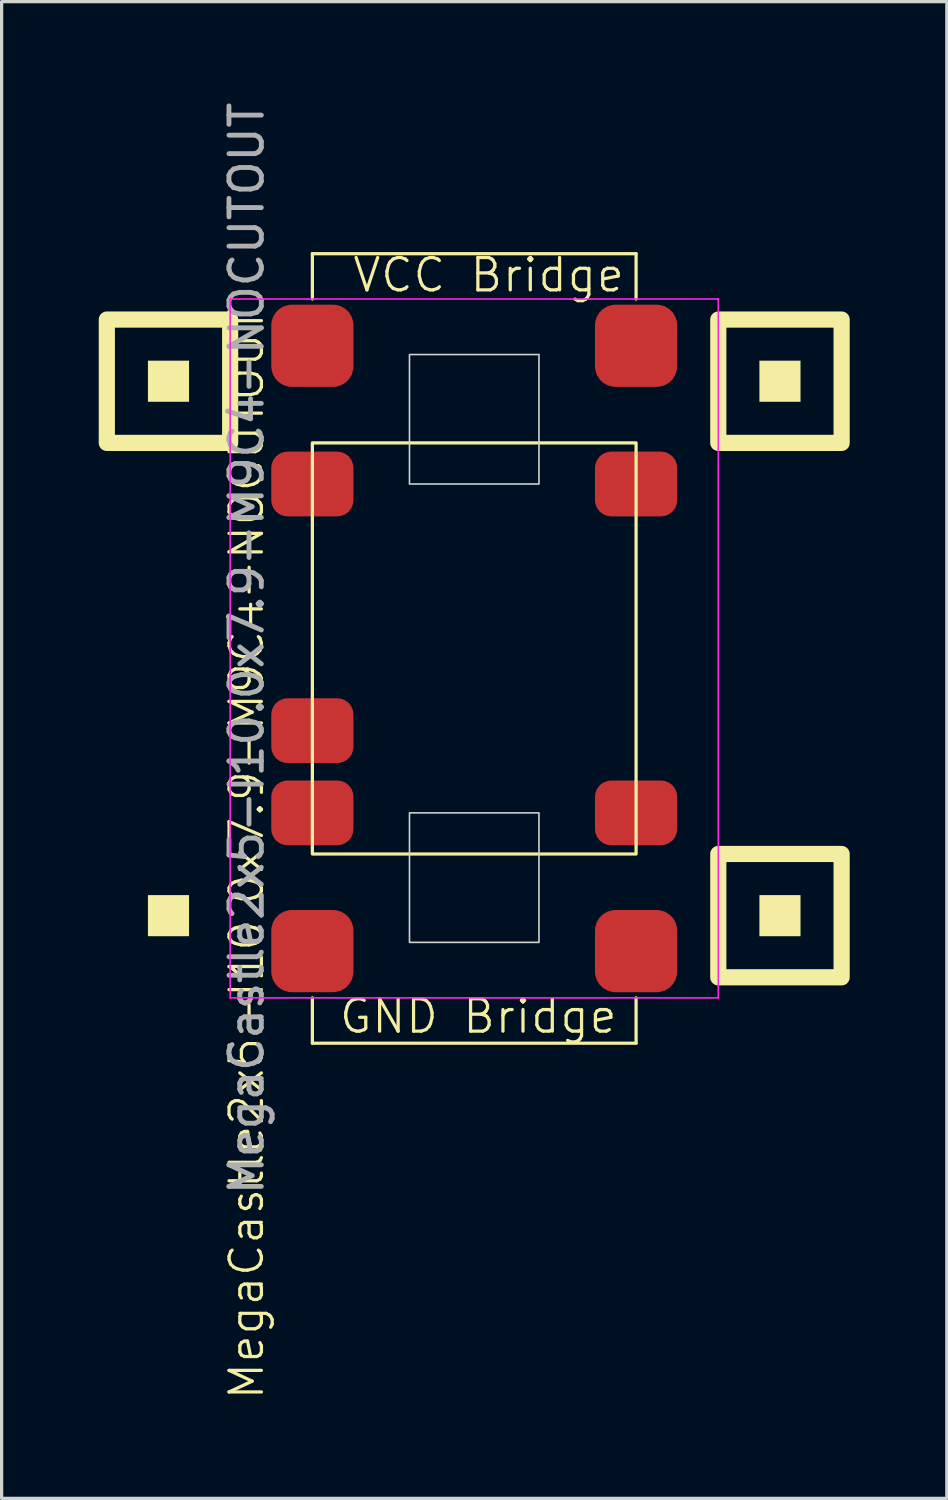
<source format=kicad_pcb>
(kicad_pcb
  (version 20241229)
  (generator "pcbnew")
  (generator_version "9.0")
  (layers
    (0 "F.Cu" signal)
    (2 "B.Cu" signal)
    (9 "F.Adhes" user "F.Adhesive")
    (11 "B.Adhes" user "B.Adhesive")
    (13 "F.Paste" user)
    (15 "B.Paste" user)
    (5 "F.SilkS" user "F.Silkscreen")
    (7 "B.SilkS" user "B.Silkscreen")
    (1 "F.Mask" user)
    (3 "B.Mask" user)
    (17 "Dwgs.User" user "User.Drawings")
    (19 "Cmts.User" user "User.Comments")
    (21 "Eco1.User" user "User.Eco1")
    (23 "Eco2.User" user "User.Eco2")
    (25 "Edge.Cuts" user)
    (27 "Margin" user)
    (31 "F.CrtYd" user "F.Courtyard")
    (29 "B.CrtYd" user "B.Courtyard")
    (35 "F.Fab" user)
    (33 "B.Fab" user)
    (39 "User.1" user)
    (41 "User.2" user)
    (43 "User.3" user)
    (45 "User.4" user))
  (footprint "MegaCastle2x5-I10.0x7.9-M9C4-NOCUTOUT"
    (layer "F.Cu")
    (at 11.6 16.982)
    (property "Reference" "MegaCastle2x5-I10.0x7.9-M9C4-NOCUTOUT" (at -7.032 6.35 90) (unlocked yes) (layer "F.SilkS") (effects (font (size 1 1) (thickness 0.1))))
    (attr smd)
    (fp_line (start -5 -12.195) (end 5 -12.195) (stroke (width 0.1) (type default)) (layer "F.SilkS"))
    (fp_line (start -5 -10.795) (end -5 -12.195) (stroke (width 0.1) (type default)) (layer "F.SilkS"))
    (fp_line (start -5 10.795) (end -5 12.195) (stroke (width 0.1) (type default)) (layer "F.SilkS"))
    (fp_line (start -5 12.195) (end 5 12.195) (stroke (width 0.1) (type default)) (layer "F.SilkS"))
    (fp_line (start 5 -10.795) (end 5 -12.195) (stroke (width 0.1) (type default)) (layer "F.SilkS"))
    (fp_line (start 5 10.795) (end 5 12.195) (stroke (width 0.1) (type default)) (layer "F.SilkS"))
    (fp_rect (start -8.81 -7.62) (end -10.08 -8.89) (stroke (width 0) (type solid)) (fill yes) (layer "F.SilkS"))
    (fp_rect (start -8.81 8.89) (end -10.08 7.62) (stroke (width 0) (type solid)) (fill yes) (layer "F.SilkS"))
    (fp_rect (start -7.54 -6.35) (end -11.35 -10.16) (stroke (width 0.5) (type default)) (fill no) (layer "F.SilkS"))
    (fp_rect (start -5 -6.35) (end 5 6.35) (stroke (width 0.1) (type default)) (fill no) (layer "F.SilkS"))
    (fp_rect (start 10.08 -7.62) (end 8.81 -8.89) (stroke (width 0) (type solid)) (fill yes) (layer "F.SilkS"))
    (fp_rect (start 10.08 8.89) (end 8.81 7.62) (stroke (width 0) (type solid)) (fill yes) (layer "F.SilkS"))
    (fp_rect (start 11.35 -6.35) (end 7.54 -10.16) (stroke (width 0.5) (type default)) (fill no) (layer "F.SilkS"))
    (fp_rect (start 11.35 10.16) (end 7.54 6.35) (stroke (width 0.5) (type default)) (fill no) (layer "F.SilkS"))
    (fp_rect (start -2 -5.08) (end 2 -9.08) (stroke (width 0.05) (type default)) (fill no) (layer "Edge.Cuts"))
    (fp_rect (start -2 5.08) (end 2 9.08) (stroke (width 0.05) (type default)) (fill no) (layer "Edge.Cuts"))
    (fp_line (start -7.54 -10.795) (end -7.54 10.795) (stroke (width 0.05) (type default)) (layer "F.CrtYd"))
    (fp_line (start -7.54 10.795) (end 7.54 10.795) (stroke (width 0.05) (type default)) (layer "F.CrtYd"))
    (fp_line (start 7.54 -10.795) (end -7.54 -10.795) (stroke (width 0.05) (type default)) (layer "F.CrtYd"))
    (fp_line (start 7.54 -10.795) (end 7.54 10.795) (stroke (width 0.05) (type default)) (layer "F.CrtYd"))
    (fp_text user "VCC Bridge" (at -3.81 -10.95 0) (unlocked yes) (layer "F.SilkS") (effects (font (size 1 1) (thickness 0.1)) (justify left bottom)))
    (fp_text user "GND Bridge" (at -4.226 11.95 0) (unlocked yes) (layer "F.SilkS") (effects (font (size 1 1) (thickness 0.1)) (justify left bottom)))
    (fp_text user "${REFERENCE}" (at -7.032 0 90) (unlocked yes) (layer "F.Fab") (effects (font (size 1 1) (thickness 0.15))))
    (pad "1" smd roundrect (at -5 -5.08) (size 2.54 2) (layers "F.Cu" "F.Mask" "F.Paste") (roundrect_rratio 0.25))
    (pad "4" smd roundrect (at -5 2.54) (size 2.54 2) (layers "F.Cu" "F.Mask" "F.Paste") (roundrect_rratio 0.25))
    (pad "5" smd roundrect (at -5 5.08) (size 2.54 2) (layers "F.Cu" "F.Mask" "F.Paste") (roundrect_rratio 0.25))
    (pad "6" smd roundrect (at 5 -5.08) (size 2.54 2) (layers "F.Cu" "F.Mask" "F.Paste") (roundrect_rratio 0.25))
    (pad "10" smd roundrect (at 5 5.08) (size 2.54 2) (layers "F.Cu" "F.Mask" "F.Paste") (roundrect_rratio 0.25))
    (pad "A1" smd roundrect (at -5 -9.35) (size 2.54 2.54) (layers "F.Cu" "F.Mask" "F.Paste") (roundrect_rratio 0.25))
    (pad "A2" smd roundrect (at 5 -9.35) (size 2.54 2.54) (layers "F.Cu" "F.Mask" "F.Paste") (roundrect_rratio 0.25))
    (pad "B1" smd roundrect (at -5 9.35) (size 2.54 2.54) (layers "F.Cu" "F.Mask" "F.Paste") (roundrect_rratio 0.25))
    (pad "B2" smd roundrect (at 5 9.35) (size 2.54 2.54) (layers "F.Cu" "F.Mask" "F.Paste") (roundrect_rratio 0.25)))
  (gr_rect
    (start -3 -3)
    (end 26.2 43.239)
    (stroke (width 0.1) (type default))
    (fill no)
    (layer "Edge.Cuts")))
</source>
